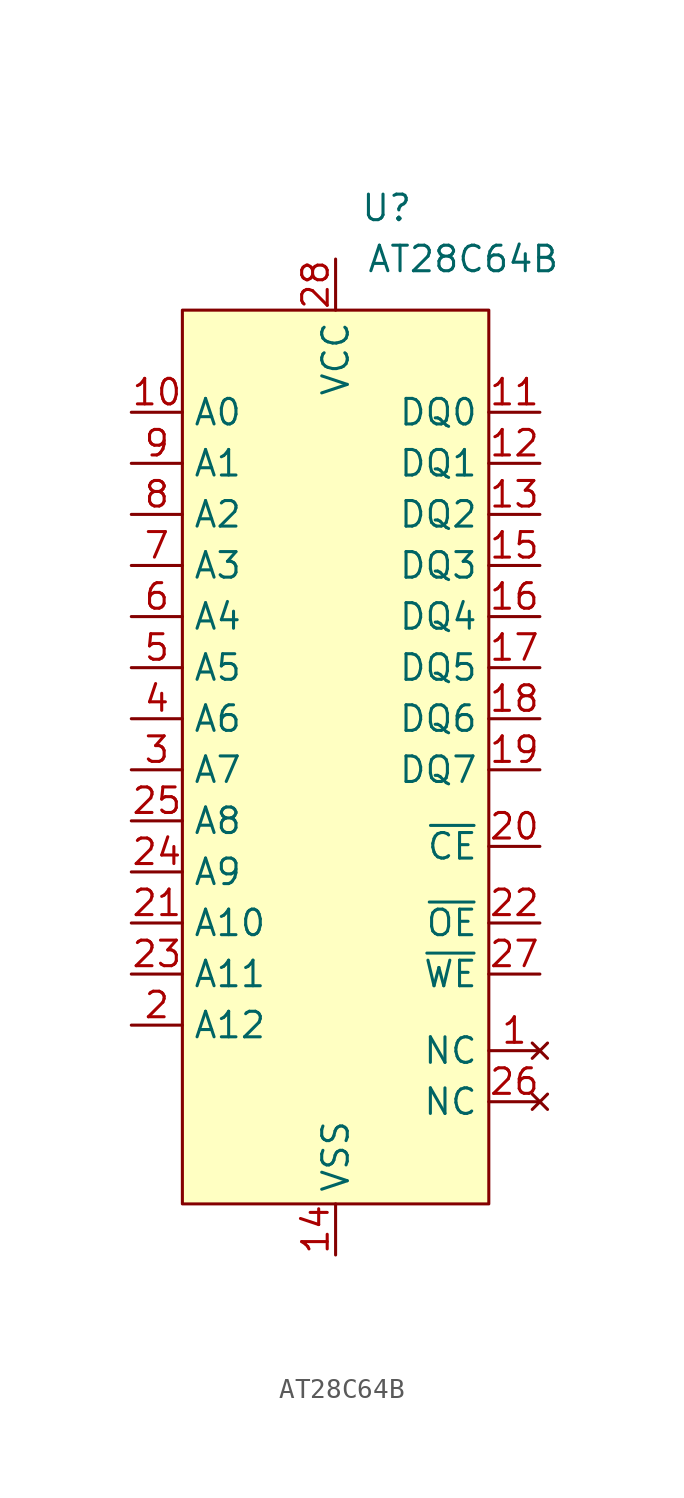
<source format=kicad_sym>
(kicad_symbol_lib
  (version 20231120)
  (generator "kicad_symbol_editor")
  (generator_version "8.0")
  (symbol "AT28C64B"
    (property "Reference" "U"
      (at 2.54 24.13 0)
      (effects (font (size 1.27 1.27))))
    (property "Value" "AT28C64B"
      (at 6.35 21.59 0)
      (effects (font (size 1.27 1.27))))
    (symbol "AT28C64B_1_1"
      (rectangle (start -7.62 19.05) (end 7.62 -25.4) (stroke (width 0) (type default)) (fill (type background)))
      (pin no_connect line (at 10.16 -17.78 180) (length 2.54) (name "NC" (effects (font (size 1.27 1.27)))) (number "1" (effects (font (size 1.27 1.27)))))
      (pin input line (at -10.16 13.97 0) (length 2.54) (name "A0" (effects (font (size 1.27 1.27)))) (number "10" (effects (font (size 1.27 1.27)))))
      (pin tri_state line (at 10.16 13.97 180) (length 2.54) (name "DQ0" (effects (font (size 1.27 1.27)))) (number "11" (effects (font (size 1.27 1.27)))))
      (pin tri_state line (at 10.16 11.43 180) (length 2.54) (name "DQ1" (effects (font (size 1.27 1.27)))) (number "12" (effects (font (size 1.27 1.27)))))
      (pin tri_state line (at 10.16 8.89 180) (length 2.54) (name "DQ2" (effects (font (size 1.27 1.27)))) (number "13" (effects (font (size 1.27 1.27)))))
      (pin power_in line (at 0 -27.94 90) (length 2.54) (name "VSS" (effects (font (size 1.27 1.27)))) (number "14" (effects (font (size 1.27 1.27)))))
      (pin tri_state line (at 10.16 6.35 180) (length 2.54) (name "DQ3" (effects (font (size 1.27 1.27)))) (number "15" (effects (font (size 1.27 1.27)))))
      (pin tri_state line (at 10.16 3.81 180) (length 2.54) (name "DQ4" (effects (font (size 1.27 1.27)))) (number "16" (effects (font (size 1.27 1.27)))))
      (pin tri_state line (at 10.16 1.27 180) (length 2.54) (name "DQ5" (effects (font (size 1.27 1.27)))) (number "17" (effects (font (size 1.27 1.27)))))
      (pin tri_state line (at 10.16 -1.27 180) (length 2.54) (name "DQ6" (effects (font (size 1.27 1.27)))) (number "18" (effects (font (size 1.27 1.27)))))
      (pin tri_state line (at 10.16 -3.81 180) (length 2.54) (name "DQ7" (effects (font (size 1.27 1.27)))) (number "19" (effects (font (size 1.27 1.27)))))
      (pin input line (at -10.16 -16.51 0) (length 2.54) (name "A12" (effects (font (size 1.27 1.27)))) (number "2" (effects (font (size 1.27 1.27)))))
      (pin input line (at 10.16 -7.62 180) (length 2.54) (name "~{CE}" (effects (font (size 1.27 1.27)))) (number "20" (effects (font (size 1.27 1.27)))))
      (pin input line (at -10.16 -11.43 0) (length 2.54) (name "A10" (effects (font (size 1.27 1.27)))) (number "21" (effects (font (size 1.27 1.27)))))
      (pin input line (at 10.16 -11.43 180) (length 2.54) (name "~{OE}" (effects (font (size 1.27 1.27)))) (number "22" (effects (font (size 1.27 1.27)))))
      (pin input line (at -10.16 -13.97 0) (length 2.54) (name "A11" (effects (font (size 1.27 1.27)))) (number "23" (effects (font (size 1.27 1.27)))))
      (pin input line (at -10.16 -8.89 0) (length 2.54) (name "A9" (effects (font (size 1.27 1.27)))) (number "24" (effects (font (size 1.27 1.27)))))
      (pin input line (at -10.16 -6.35 0) (length 2.54) (name "A8" (effects (font (size 1.27 1.27)))) (number "25" (effects (font (size 1.27 1.27)))))
      (pin no_connect line (at 10.16 -20.32 180) (length 2.54) (name "NC" (effects (font (size 1.27 1.27)))) (number "26" (effects (font (size 1.27 1.27)))))
      (pin input line (at 10.16 -13.97 180) (length 2.54) (name "~{WE}" (effects (font (size 1.27 1.27)))) (number "27" (effects (font (size 1.27 1.27)))))
      (pin power_in line (at 0 21.59 270) (length 2.54) (name "VCC" (effects (font (size 1.27 1.27)))) (number "28" (effects (font (size 1.27 1.27)))))
      (pin input line (at -10.16 -3.81 0) (length 2.54) (name "A7" (effects (font (size 1.27 1.27)))) (number "3" (effects (font (size 1.27 1.27)))))
      (pin input line (at -10.16 -1.27 0) (length 2.54) (name "A6" (effects (font (size 1.27 1.27)))) (number "4" (effects (font (size 1.27 1.27)))))
      (pin input line (at -10.16 1.27 0) (length 2.54) (name "A5" (effects (font (size 1.27 1.27)))) (number "5" (effects (font (size 1.27 1.27)))))
      (pin input line (at -10.16 3.81 0) (length 2.54) (name "A4" (effects (font (size 1.27 1.27)))) (number "6" (effects (font (size 1.27 1.27)))))
      (pin input line (at -10.16 6.35 0) (length 2.54) (name "A3" (effects (font (size 1.27 1.27)))) (number "7" (effects (font (size 1.27 1.27)))))
      (pin input line (at -10.16 8.89 0) (length 2.54) (name "A2" (effects (font (size 1.27 1.27)))) (number "8" (effects (font (size 1.27 1.27)))))
      (pin input line (at -10.16 11.43 0) (length 2.54) (name "A1" (effects (font (size 1.27 1.27)))) (number "9" (effects (font (size 1.27 1.27))))))))
</source>
